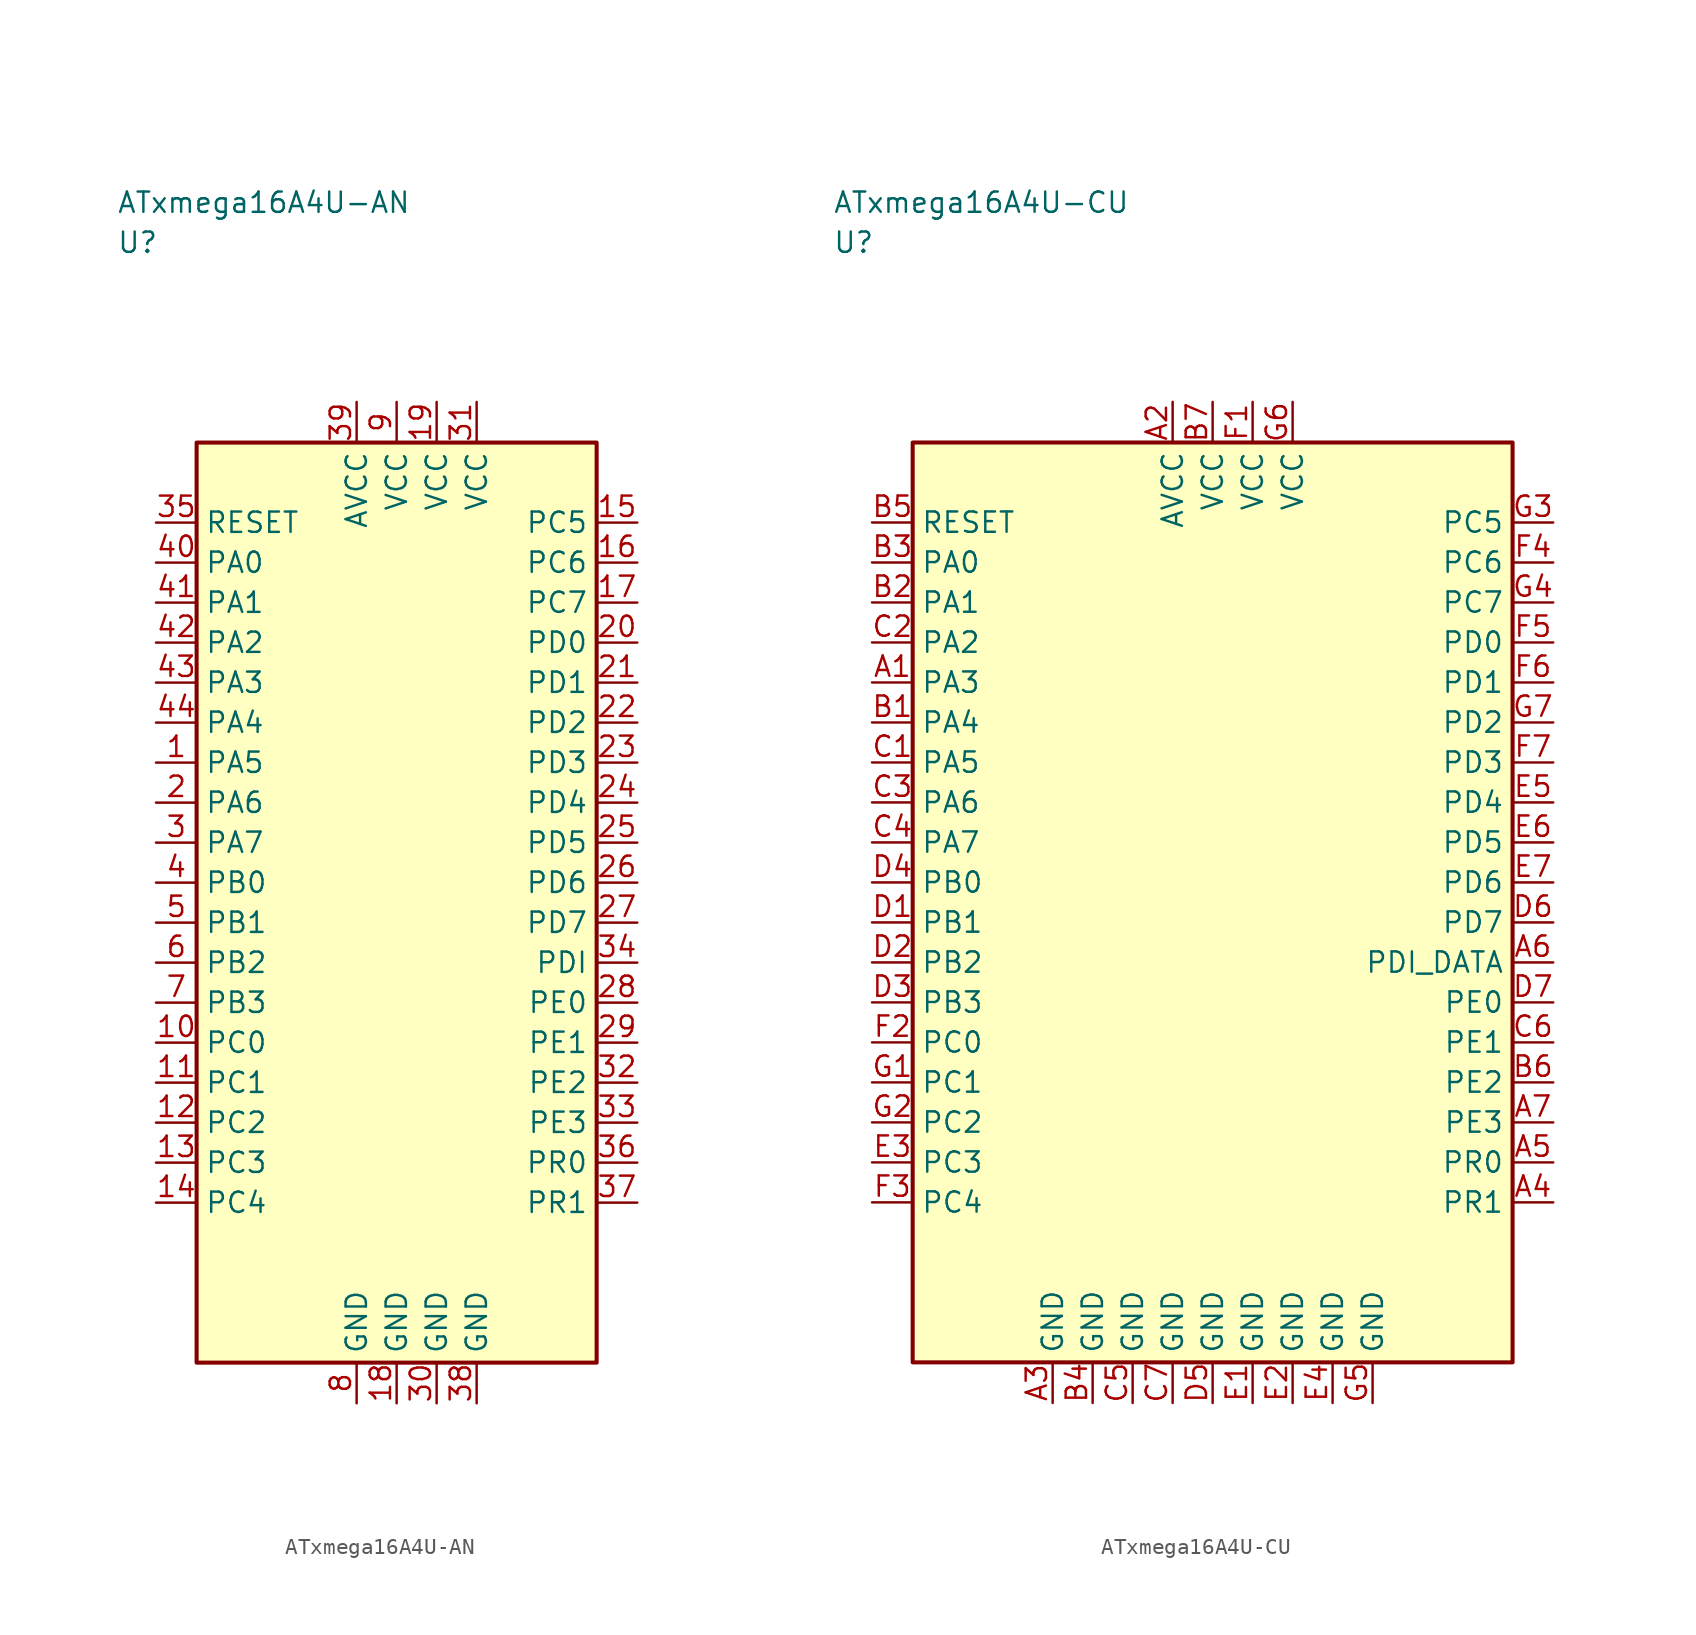
<source format=kicad_sym>
(kicad_symbol_lib
  (version 20241025)
  (generator "kicad_symbol_editor")
  (generator_version "8.0")
  (symbol "ATxmega16A4U-AN"
    (property "Reference" "U"
      (at -17.5 41.25 0)
      (effects (font (size 1.27 1.27)) (justify left)))
    (property "Value" "ATxmega16A4U-AN"
      (at -17.5 43.75 0)
      (effects (font (size 1.27 1.27)) (justify left)))
    (symbol "ATxmega16A4U-AN_0_1"
      (rectangle (start -12.5 28.75) (end 12.5 -28.75) (stroke (width 0.254) (type default)) (fill (type background))))
    (symbol "ATxmega16A4U-AN_1_1"
      (pin bidirectional line (at -15.04 8.75 0.0) (length 2.54) (name "PA5" (effects (font (size 1.27 1.27)))) (number "1" (effects (font (size 1.27 1.27)))))
      (pin bidirectional line (at -15.04 6.25 0.0) (length 2.54) (name "PA6" (effects (font (size 1.27 1.27)))) (number "2" (effects (font (size 1.27 1.27)))))
      (pin bidirectional line (at -15.04 3.75 0.0) (length 2.54) (name "PA7" (effects (font (size 1.27 1.27)))) (number "3" (effects (font (size 1.27 1.27)))))
      (pin bidirectional line (at -15.04 1.25 0.0) (length 2.54) (name "PB0" (effects (font (size 1.27 1.27)))) (number "4" (effects (font (size 1.27 1.27)))))
      (pin bidirectional line (at -15.04 -1.25 0.0) (length 2.54) (name "PB1" (effects (font (size 1.27 1.27)))) (number "5" (effects (font (size 1.27 1.27)))))
      (pin bidirectional line (at -15.04 -3.75 0.0) (length 2.54) (name "PB2" (effects (font (size 1.27 1.27)))) (number "6" (effects (font (size 1.27 1.27)))))
      (pin bidirectional line (at -15.04 -6.25 0.0) (length 2.54) (name "PB3" (effects (font (size 1.27 1.27)))) (number "7" (effects (font (size 1.27 1.27)))))
      (pin passive line (at -2.5 -31.29 90.0) (length 2.54) (name "GND" (effects (font (size 1.27 1.27)))) (number "8" (effects (font (size 1.27 1.27)))))
      (pin power_in line (at 0.0 31.29 270.0) (length 2.54) (name "VCC" (effects (font (size 1.27 1.27)))) (number "9" (effects (font (size 1.27 1.27)))))
      (pin bidirectional line (at -15.04 -8.75 0.0) (length 2.54) (name "PC0" (effects (font (size 1.27 1.27)))) (number "10" (effects (font (size 1.27 1.27)))))
      (pin bidirectional line (at -15.04 -11.25 0.0) (length 2.54) (name "PC1" (effects (font (size 1.27 1.27)))) (number "11" (effects (font (size 1.27 1.27)))))
      (pin bidirectional line (at -15.04 -13.75 0.0) (length 2.54) (name "PC2" (effects (font (size 1.27 1.27)))) (number "12" (effects (font (size 1.27 1.27)))))
      (pin bidirectional line (at -15.04 -16.25 0.0) (length 2.54) (name "PC3" (effects (font (size 1.27 1.27)))) (number "13" (effects (font (size 1.27 1.27)))))
      (pin bidirectional line (at -15.04 -18.75 0.0) (length 2.54) (name "PC4" (effects (font (size 1.27 1.27)))) (number "14" (effects (font (size 1.27 1.27)))))
      (pin bidirectional line (at 15.04 23.75 180.0) (length 2.54) (name "PC5" (effects (font (size 1.27 1.27)))) (number "15" (effects (font (size 1.27 1.27)))))
      (pin bidirectional line (at 15.04 21.25 180.0) (length 2.54) (name "PC6" (effects (font (size 1.27 1.27)))) (number "16" (effects (font (size 1.27 1.27)))))
      (pin bidirectional line (at 15.04 18.75 180.0) (length 2.54) (name "PC7" (effects (font (size 1.27 1.27)))) (number "17" (effects (font (size 1.27 1.27)))))
      (pin passive line (at 0.0 -31.29 90.0) (length 2.54) (name "GND" (effects (font (size 1.27 1.27)))) (number "18" (effects (font (size 1.27 1.27)))))
      (pin power_in line (at 2.5 31.29 270.0) (length 2.54) (name "VCC" (effects (font (size 1.27 1.27)))) (number "19" (effects (font (size 1.27 1.27)))))
      (pin bidirectional line (at 15.04 16.25 180.0) (length 2.54) (name "PD0" (effects (font (size 1.27 1.27)))) (number "20" (effects (font (size 1.27 1.27)))))
      (pin bidirectional line (at 15.04 13.75 180.0) (length 2.54) (name "PD1" (effects (font (size 1.27 1.27)))) (number "21" (effects (font (size 1.27 1.27)))))
      (pin bidirectional line (at 15.04 11.25 180.0) (length 2.54) (name "PD2" (effects (font (size 1.27 1.27)))) (number "22" (effects (font (size 1.27 1.27)))))
      (pin bidirectional line (at 15.04 8.75 180.0) (length 2.54) (name "PD3" (effects (font (size 1.27 1.27)))) (number "23" (effects (font (size 1.27 1.27)))))
      (pin bidirectional line (at 15.04 6.25 180.0) (length 2.54) (name "PD4" (effects (font (size 1.27 1.27)))) (number "24" (effects (font (size 1.27 1.27)))))
      (pin bidirectional line (at 15.04 3.75 180.0) (length 2.54) (name "PD5" (effects (font (size 1.27 1.27)))) (number "25" (effects (font (size 1.27 1.27)))))
      (pin bidirectional line (at 15.04 1.25 180.0) (length 2.54) (name "PD6" (effects (font (size 1.27 1.27)))) (number "26" (effects (font (size 1.27 1.27)))))
      (pin bidirectional line (at 15.04 -1.25 180.0) (length 2.54) (name "PD7" (effects (font (size 1.27 1.27)))) (number "27" (effects (font (size 1.27 1.27)))))
      (pin bidirectional line (at 15.04 -6.25 180.0) (length 2.54) (name "PE0" (effects (font (size 1.27 1.27)))) (number "28" (effects (font (size 1.27 1.27)))))
      (pin bidirectional line (at 15.04 -8.75 180.0) (length 2.54) (name "PE1" (effects (font (size 1.27 1.27)))) (number "29" (effects (font (size 1.27 1.27)))))
      (pin passive line (at 2.5 -31.29 90.0) (length 2.54) (name "GND" (effects (font (size 1.27 1.27)))) (number "30" (effects (font (size 1.27 1.27)))))
      (pin power_in line (at 5.0 31.29 270.0) (length 2.54) (name "VCC" (effects (font (size 1.27 1.27)))) (number "31" (effects (font (size 1.27 1.27)))))
      (pin bidirectional line (at 15.04 -11.25 180.0) (length 2.54) (name "PE2" (effects (font (size 1.27 1.27)))) (number "32" (effects (font (size 1.27 1.27)))))
      (pin bidirectional line (at 15.04 -13.75 180.0) (length 2.54) (name "PE3" (effects (font (size 1.27 1.27)))) (number "33" (effects (font (size 1.27 1.27)))))
      (pin bidirectional line (at 15.04 -3.75 180.0) (length 2.54) (name "PDI" (effects (font (size 1.27 1.27)))) (number "34" (effects (font (size 1.27 1.27)))))
      (pin input line (at -15.04 23.75 0.0) (length 2.54) (name "RESET" (effects (font (size 1.27 1.27)))) (number "35" (effects (font (size 1.27 1.27)))))
      (pin bidirectional line (at 15.04 -16.25 180.0) (length 2.54) (name "PR0" (effects (font (size 1.27 1.27)))) (number "36" (effects (font (size 1.27 1.27)))))
      (pin bidirectional line (at 15.04 -18.75 180.0) (length 2.54) (name "PR1" (effects (font (size 1.27 1.27)))) (number "37" (effects (font (size 1.27 1.27)))))
      (pin passive line (at 5.0 -31.29 90.0) (length 2.54) (name "GND" (effects (font (size 1.27 1.27)))) (number "38" (effects (font (size 1.27 1.27)))))
      (pin power_in line (at -2.5 31.29 270.0) (length 2.54) (name "AVCC" (effects (font (size 1.27 1.27)))) (number "39" (effects (font (size 1.27 1.27)))))
      (pin bidirectional line (at -15.04 21.25 0.0) (length 2.54) (name "PA0" (effects (font (size 1.27 1.27)))) (number "40" (effects (font (size 1.27 1.27)))))
      (pin bidirectional line (at -15.04 18.75 0.0) (length 2.54) (name "PA1" (effects (font (size 1.27 1.27)))) (number "41" (effects (font (size 1.27 1.27)))))
      (pin bidirectional line (at -15.04 16.25 0.0) (length 2.54) (name "PA2" (effects (font (size 1.27 1.27)))) (number "42" (effects (font (size 1.27 1.27)))))
      (pin bidirectional line (at -15.04 13.75 0.0) (length 2.54) (name "PA3" (effects (font (size 1.27 1.27)))) (number "43" (effects (font (size 1.27 1.27)))))
      (pin bidirectional line (at -15.04 11.25 0.0) (length 2.54) (name "PA4" (effects (font (size 1.27 1.27)))) (number "44" (effects (font (size 1.27 1.27)))))))
  (symbol "ATxmega16A4U-CU"
    (property "Reference" "U"
      (at -23.75 41.25 0)
      (effects (font (size 1.27 1.27)) (justify left)))
    (property "Value" "ATxmega16A4U-CU"
      (at -23.75 43.75 0)
      (effects (font (size 1.27 1.27)) (justify left)))
    (symbol "ATxmega16A4U-CU_0_1"
      (rectangle (start -18.75 28.75) (end 18.75 -28.75) (stroke (width 0.254) (type default)) (fill (type background))))
    (symbol "ATxmega16A4U-CU_1_1"
      (pin bidirectional line (at -21.29 13.75 0.0) (length 2.54) (name "PA3" (effects (font (size 1.27 1.27)))) (number "A1" (effects (font (size 1.27 1.27)))))
      (pin power_in line (at -2.5 31.29 270.0) (length 2.54) (name "AVCC" (effects (font (size 1.27 1.27)))) (number "A2" (effects (font (size 1.27 1.27)))))
      (pin passive line (at -10.0 -31.29 90.0) (length 2.54) (name "GND" (effects (font (size 1.27 1.27)))) (number "A3" (effects (font (size 1.27 1.27)))))
      (pin bidirectional line (at 21.29 -18.75 180.0) (length 2.54) (name "PR1" (effects (font (size 1.27 1.27)))) (number "A4" (effects (font (size 1.27 1.27)))))
      (pin bidirectional line (at 21.29 -16.25 180.0) (length 2.54) (name "PR0" (effects (font (size 1.27 1.27)))) (number "A5" (effects (font (size 1.27 1.27)))))
      (pin bidirectional line (at 21.29 -3.75 180.0) (length 2.54) (name "PDI_DATA" (effects (font (size 1.27 1.27)))) (number "A6" (effects (font (size 1.27 1.27)))))
      (pin bidirectional line (at 21.29 -13.75 180.0) (length 2.54) (name "PE3" (effects (font (size 1.27 1.27)))) (number "A7" (effects (font (size 1.27 1.27)))))
      (pin bidirectional line (at -21.29 11.25 0.0) (length 2.54) (name "PA4" (effects (font (size 1.27 1.27)))) (number "B1" (effects (font (size 1.27 1.27)))))
      (pin bidirectional line (at -21.29 18.75 0.0) (length 2.54) (name "PA1" (effects (font (size 1.27 1.27)))) (number "B2" (effects (font (size 1.27 1.27)))))
      (pin bidirectional line (at -21.29 21.25 0.0) (length 2.54) (name "PA0" (effects (font (size 1.27 1.27)))) (number "B3" (effects (font (size 1.27 1.27)))))
      (pin passive line (at -7.5 -31.29 90.0) (length 2.54) (name "GND" (effects (font (size 1.27 1.27)))) (number "B4" (effects (font (size 1.27 1.27)))))
      (pin input line (at -21.29 23.75 0.0) (length 2.54) (name "RESET" (effects (font (size 1.27 1.27)))) (number "B5" (effects (font (size 1.27 1.27)))))
      (pin bidirectional line (at 21.29 -11.25 180.0) (length 2.54) (name "PE2" (effects (font (size 1.27 1.27)))) (number "B6" (effects (font (size 1.27 1.27)))))
      (pin power_in line (at 0.0 31.29 270.0) (length 2.54) (name "VCC" (effects (font (size 1.27 1.27)))) (number "B7" (effects (font (size 1.27 1.27)))))
      (pin bidirectional line (at -21.29 8.75 0.0) (length 2.54) (name "PA5" (effects (font (size 1.27 1.27)))) (number "C1" (effects (font (size 1.27 1.27)))))
      (pin bidirectional line (at -21.29 16.25 0.0) (length 2.54) (name "PA2" (effects (font (size 1.27 1.27)))) (number "C2" (effects (font (size 1.27 1.27)))))
      (pin bidirectional line (at -21.29 6.25 0.0) (length 2.54) (name "PA6" (effects (font (size 1.27 1.27)))) (number "C3" (effects (font (size 1.27 1.27)))))
      (pin bidirectional line (at -21.29 3.75 0.0) (length 2.54) (name "PA7" (effects (font (size 1.27 1.27)))) (number "C4" (effects (font (size 1.27 1.27)))))
      (pin passive line (at -5.0 -31.29 90.0) (length 2.54) (name "GND" (effects (font (size 1.27 1.27)))) (number "C5" (effects (font (size 1.27 1.27)))))
      (pin bidirectional line (at 21.29 -8.75 180.0) (length 2.54) (name "PE1" (effects (font (size 1.27 1.27)))) (number "C6" (effects (font (size 1.27 1.27)))))
      (pin passive line (at -2.5 -31.29 90.0) (length 2.54) (name "GND" (effects (font (size 1.27 1.27)))) (number "C7" (effects (font (size 1.27 1.27)))))
      (pin bidirectional line (at -21.29 -1.25 0.0) (length 2.54) (name "PB1" (effects (font (size 1.27 1.27)))) (number "D1" (effects (font (size 1.27 1.27)))))
      (pin bidirectional line (at -21.29 -3.75 0.0) (length 2.54) (name "PB2" (effects (font (size 1.27 1.27)))) (number "D2" (effects (font (size 1.27 1.27)))))
      (pin bidirectional line (at -21.29 -6.25 0.0) (length 2.54) (name "PB3" (effects (font (size 1.27 1.27)))) (number "D3" (effects (font (size 1.27 1.27)))))
      (pin bidirectional line (at -21.29 1.25 0.0) (length 2.54) (name "PB0" (effects (font (size 1.27 1.27)))) (number "D4" (effects (font (size 1.27 1.27)))))
      (pin passive line (at 0.0 -31.29 90.0) (length 2.54) (name "GND" (effects (font (size 1.27 1.27)))) (number "D5" (effects (font (size 1.27 1.27)))))
      (pin bidirectional line (at 21.29 -1.25 180.0) (length 2.54) (name "PD7" (effects (font (size 1.27 1.27)))) (number "D6" (effects (font (size 1.27 1.27)))))
      (pin bidirectional line (at 21.29 -6.25 180.0) (length 2.54) (name "PE0" (effects (font (size 1.27 1.27)))) (number "D7" (effects (font (size 1.27 1.27)))))
      (pin passive line (at 2.5 -31.29 90.0) (length 2.54) (name "GND" (effects (font (size 1.27 1.27)))) (number "E1" (effects (font (size 1.27 1.27)))))
      (pin passive line (at 5.0 -31.29 90.0) (length 2.54) (name "GND" (effects (font (size 1.27 1.27)))) (number "E2" (effects (font (size 1.27 1.27)))))
      (pin bidirectional line (at -21.29 -16.25 0.0) (length 2.54) (name "PC3" (effects (font (size 1.27 1.27)))) (number "E3" (effects (font (size 1.27 1.27)))))
      (pin passive line (at 7.5 -31.29 90.0) (length 2.54) (name "GND" (effects (font (size 1.27 1.27)))) (number "E4" (effects (font (size 1.27 1.27)))))
      (pin bidirectional line (at 21.29 6.25 180.0) (length 2.54) (name "PD4" (effects (font (size 1.27 1.27)))) (number "E5" (effects (font (size 1.27 1.27)))))
      (pin bidirectional line (at 21.29 3.75 180.0) (length 2.54) (name "PD5" (effects (font (size 1.27 1.27)))) (number "E6" (effects (font (size 1.27 1.27)))))
      (pin bidirectional line (at 21.29 1.25 180.0) (length 2.54) (name "PD6" (effects (font (size 1.27 1.27)))) (number "E7" (effects (font (size 1.27 1.27)))))
      (pin power_in line (at 2.5 31.29 270.0) (length 2.54) (name "VCC" (effects (font (size 1.27 1.27)))) (number "F1" (effects (font (size 1.27 1.27)))))
      (pin bidirectional line (at -21.29 -8.75 0.0) (length 2.54) (name "PC0" (effects (font (size 1.27 1.27)))) (number "F2" (effects (font (size 1.27 1.27)))))
      (pin bidirectional line (at -21.29 -18.75 0.0) (length 2.54) (name "PC4" (effects (font (size 1.27 1.27)))) (number "F3" (effects (font (size 1.27 1.27)))))
      (pin bidirectional line (at 21.29 21.25 180.0) (length 2.54) (name "PC6" (effects (font (size 1.27 1.27)))) (number "F4" (effects (font (size 1.27 1.27)))))
      (pin bidirectional line (at 21.29 16.25 180.0) (length 2.54) (name "PD0" (effects (font (size 1.27 1.27)))) (number "F5" (effects (font (size 1.27 1.27)))))
      (pin bidirectional line (at 21.29 13.75 180.0) (length 2.54) (name "PD1" (effects (font (size 1.27 1.27)))) (number "F6" (effects (font (size 1.27 1.27)))))
      (pin bidirectional line (at 21.29 8.75 180.0) (length 2.54) (name "PD3" (effects (font (size 1.27 1.27)))) (number "F7" (effects (font (size 1.27 1.27)))))
      (pin bidirectional line (at -21.29 -11.25 0.0) (length 2.54) (name "PC1" (effects (font (size 1.27 1.27)))) (number "G1" (effects (font (size 1.27 1.27)))))
      (pin bidirectional line (at -21.29 -13.75 0.0) (length 2.54) (name "PC2" (effects (font (size 1.27 1.27)))) (number "G2" (effects (font (size 1.27 1.27)))))
      (pin bidirectional line (at 21.29 23.75 180.0) (length 2.54) (name "PC5" (effects (font (size 1.27 1.27)))) (number "G3" (effects (font (size 1.27 1.27)))))
      (pin bidirectional line (at 21.29 18.75 180.0) (length 2.54) (name "PC7" (effects (font (size 1.27 1.27)))) (number "G4" (effects (font (size 1.27 1.27)))))
      (pin passive line (at 10.0 -31.29 90.0) (length 2.54) (name "GND" (effects (font (size 1.27 1.27)))) (number "G5" (effects (font (size 1.27 1.27)))))
      (pin power_in line (at 5.0 31.29 270.0) (length 2.54) (name "VCC" (effects (font (size 1.27 1.27)))) (number "G6" (effects (font (size 1.27 1.27)))))
      (pin bidirectional line (at 21.29 11.25 180.0) (length 2.54) (name "PD2" (effects (font (size 1.27 1.27)))) (number "G7" (effects (font (size 1.27 1.27))))))))
</source>
